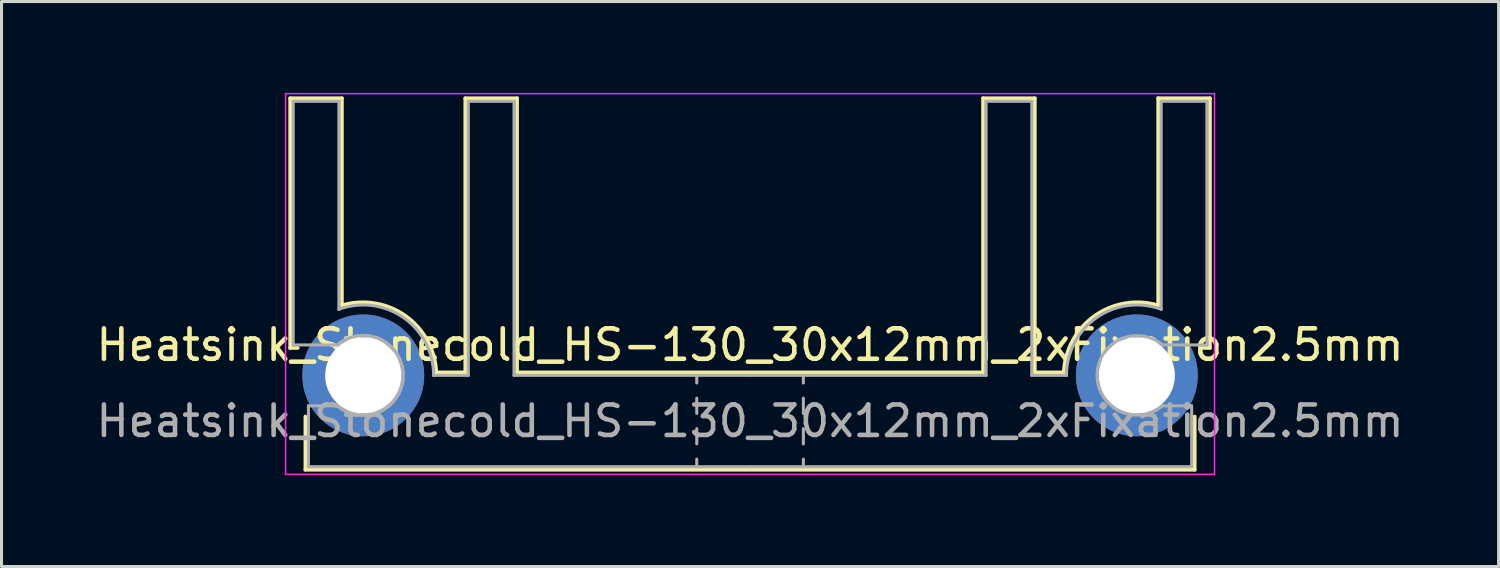
<source format=kicad_pcb>
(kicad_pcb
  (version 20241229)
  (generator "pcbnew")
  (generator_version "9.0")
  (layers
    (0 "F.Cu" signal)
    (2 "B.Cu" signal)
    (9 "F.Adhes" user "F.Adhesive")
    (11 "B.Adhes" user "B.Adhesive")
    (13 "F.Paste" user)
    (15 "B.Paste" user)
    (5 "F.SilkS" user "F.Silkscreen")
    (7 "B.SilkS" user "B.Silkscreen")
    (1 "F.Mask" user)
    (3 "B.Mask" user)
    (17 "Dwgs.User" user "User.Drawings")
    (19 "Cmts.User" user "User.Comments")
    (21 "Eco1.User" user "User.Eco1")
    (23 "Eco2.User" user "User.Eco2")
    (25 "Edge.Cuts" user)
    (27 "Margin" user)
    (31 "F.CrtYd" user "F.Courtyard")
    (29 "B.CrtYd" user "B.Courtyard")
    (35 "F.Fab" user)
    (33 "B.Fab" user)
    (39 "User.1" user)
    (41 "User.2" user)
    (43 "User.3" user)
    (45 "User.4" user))
  (footprint "Heatsink_Stonecold_HS-130_30x12mm_2xFixation2.5mm"
    (layer "F.Cu")
    (at 21.577 9.275)
    (property "Reference" "Heatsink_Stonecold_HS-130_30x12mm_2xFixation2.5mm" (at 0 -1 0) (layer "F.SilkS") (effects (font (size 1 1) (thickness 0.15))))
    (attr through_hole)
    (fp_line (start -15.1 -9.1) (end -13.4 -9.1) (stroke (width 0.12) (type solid)) (layer "F.SilkS"))
    (fp_line (start -15.1 -0.9) (end -15.1 -9.1) (stroke (width 0.12) (type solid)) (layer "F.SilkS"))
    (fp_line (start -15.1 -0.9) (end -14.85 -0.9) (stroke (width 0.12) (type solid)) (layer "F.SilkS"))
    (fp_line (start -14.6 3.1) (end -14.6 1.35) (stroke (width 0.12) (type solid)) (layer "F.SilkS"))
    (fp_line (start -14.6 3.1) (end 14.6 3.1) (stroke (width 0.12) (type solid)) (layer "F.SilkS"))
    (fp_line (start -13.4 -2.3) (end -13.4 -9.1) (stroke (width 0.12) (type solid)) (layer "F.SilkS"))
    (fp_line (start -10.3 -0.1) (end -9.35 -0.1) (stroke (width 0.12) (type solid)) (layer "F.SilkS"))
    (fp_line (start -9.35 -9.1) (end -7.65 -9.1) (stroke (width 0.12) (type solid)) (layer "F.SilkS"))
    (fp_line (start -9.35 -0.1) (end -9.35 -9.1) (stroke (width 0.12) (type solid)) (layer "F.SilkS"))
    (fp_line (start -7.65 -0.1) (end -7.65 -9.1) (stroke (width 0.12) (type solid)) (layer "F.SilkS"))
    (fp_line (start 7.65 -0.1) (end -7.65 -0.1) (stroke (width 0.12) (type solid)) (layer "F.SilkS"))
    (fp_line (start 7.65 -0.1) (end 7.65 -9.1) (stroke (width 0.12) (type solid)) (layer "F.SilkS"))
    (fp_line (start 9.35 -9.1) (end 7.65 -9.1) (stroke (width 0.12) (type solid)) (layer "F.SilkS"))
    (fp_line (start 9.35 -0.1) (end 9.35 -9.1) (stroke (width 0.12) (type solid)) (layer "F.SilkS"))
    (fp_line (start 9.35 -0.1) (end 10.3 -0.1) (stroke (width 0.12) (type solid)) (layer "F.SilkS"))
    (fp_line (start 13.4 -2.3) (end 13.4 -9.1) (stroke (width 0.12) (type solid)) (layer "F.SilkS"))
    (fp_line (start 14.6 3.1) (end 14.6 1.35) (stroke (width 0.12) (type solid)) (layer "F.SilkS"))
    (fp_line (start 15.1 -9.1) (end 13.4 -9.1) (stroke (width 0.12) (type solid)) (layer "F.SilkS"))
    (fp_line (start 15.1 -0.9) (end 14.85 -0.9) (stroke (width 0.12) (type solid)) (layer "F.SilkS"))
    (fp_line (start 15.1 -0.9) (end 15.1 -9.1) (stroke (width 0.12) (type solid)) (layer "F.SilkS"))
    (fp_arc (start -13.4 -2.3) (mid -11.314041 -1.955216) (end -10.3 -0.1) (stroke (width 0.12) (type solid)) (layer "F.SilkS"))
    (fp_arc (start 10.3 -0.1) (mid 11.31404 -1.955216) (end 13.4 -2.3) (stroke (width 0.12) (type solid)) (layer "F.SilkS"))
    (fp_line (start -15.25 -9.25) (end 15.25 -9.25) (stroke (width 0.05) (type solid)) (layer "F.CrtYd"))
    (fp_line (start -15.25 3.25) (end -15.25 -9.25) (stroke (width 0.05) (type solid)) (layer "F.CrtYd"))
    (fp_line (start -15.25 3.25) (end 15.25 3.25) (stroke (width 0.05) (type solid)) (layer "F.CrtYd"))
    (fp_line (start 15.25 3.25) (end 15.25 -9.25) (stroke (width 0.05) (type solid)) (layer "F.CrtYd"))
    (fp_line (start -15 -9) (end -13.5 -9) (stroke (width 0.1) (type solid)) (layer "F.Fab"))
    (fp_line (start -15 -1) (end -15 -9) (stroke (width 0.1) (type solid)) (layer "F.Fab"))
    (fp_line (start -15 -1) (end -13.54 -1) (stroke (width 0.1) (type solid)) (layer "F.Fab"))
    (fp_line (start -14.5 1) (end -13.54 1) (stroke (width 0.1) (type solid)) (layer "F.Fab"))
    (fp_line (start -14.5 3) (end -14.5 1) (stroke (width 0.1) (type solid)) (layer "F.Fab"))
    (fp_line (start -13.5 -2.17) (end -13.5 -9) (stroke (width 0.1) (type solid)) (layer "F.Fab"))
    (fp_line (start -10.39 0) (end -9.25 0) (stroke (width 0.1) (type solid)) (layer "F.Fab"))
    (fp_line (start -9.25 -9) (end -7.75 -9) (stroke (width 0.1) (type solid)) (layer "F.Fab"))
    (fp_line (start -9.25 0) (end -9.25 -9) (stroke (width 0.1) (type solid)) (layer "F.Fab"))
    (fp_line (start -7.75 0) (end -7.75 -9) (stroke (width 0.1) (type solid)) (layer "F.Fab"))
    (fp_line (start -1.75 0) (end -1.75 0.25) (stroke (width 0.1) (type solid)) (layer "F.Fab"))
    (fp_line (start -1.75 0.75) (end -1.75 1.25) (stroke (width 0.1) (type solid)) (layer "F.Fab"))
    (fp_line (start -1.75 1.75) (end -1.75 2.25) (stroke (width 0.1) (type solid)) (layer "F.Fab"))
    (fp_line (start -1.75 2.75) (end -1.75 3) (stroke (width 0.1) (type solid)) (layer "F.Fab"))
    (fp_line (start 0 0) (end -7.75 0) (stroke (width 0.1) (type solid)) (layer "F.Fab"))
    (fp_line (start 0 0) (end 7.75 0) (stroke (width 0.1) (type solid)) (layer "F.Fab"))
    (fp_line (start 0 3) (end -14.5 3) (stroke (width 0.1) (type solid)) (layer "F.Fab"))
    (fp_line (start 0 3) (end 14.5 3) (stroke (width 0.1) (type solid)) (layer "F.Fab"))
    (fp_line (start 1.75 0) (end 1.75 0.25) (stroke (width 0.1) (type solid)) (layer "F.Fab"))
    (fp_line (start 1.75 0.75) (end 1.75 1.25) (stroke (width 0.1) (type solid)) (layer "F.Fab"))
    (fp_line (start 1.75 1.75) (end 1.75 2.25) (stroke (width 0.1) (type solid)) (layer "F.Fab"))
    (fp_line (start 1.75 2.75) (end 1.75 3) (stroke (width 0.1) (type solid)) (layer "F.Fab"))
    (fp_line (start 7.75 0) (end 7.75 -9) (stroke (width 0.1) (type solid)) (layer "F.Fab"))
    (fp_line (start 9.25 -9) (end 7.75 -9) (stroke (width 0.1) (type solid)) (layer "F.Fab"))
    (fp_line (start 9.25 0) (end 9.25 -9) (stroke (width 0.1) (type solid)) (layer "F.Fab"))
    (fp_line (start 9.25 0) (end 10.39 0) (stroke (width 0.1) (type solid)) (layer "F.Fab"))
    (fp_line (start 13.5 -2.17) (end 13.5 -9) (stroke (width 0.1) (type solid)) (layer "F.Fab"))
    (fp_line (start 14.5 1) (end 13.54 1) (stroke (width 0.1) (type solid)) (layer "F.Fab"))
    (fp_line (start 14.5 3) (end 14.5 1) (stroke (width 0.1) (type solid)) (layer "F.Fab"))
    (fp_line (start 15 -9) (end 13.5 -9) (stroke (width 0.1) (type solid)) (layer "F.Fab"))
    (fp_line (start 15 -1) (end 13.54 -1) (stroke (width 0.1) (type solid)) (layer "F.Fab"))
    (fp_line (start 15 -1) (end 15 -9) (stroke (width 0.1) (type solid)) (layer "F.Fab"))
    (fp_arc (start -13.54 -1.01) (mid -11.386341 0.000006) (end -13.54001 1.009992) (stroke (width 0.1) (type solid)) (layer "F.Fab"))
    (fp_arc (start -13.530177 -1.00817) (mid -11.394029 0.006388) (end -13.54 1) (stroke (width 0.1) (type solid)) (layer "F.Fab"))
    (fp_arc (start -13.5 -2.17) (mid -11.378593 -1.896763) (end -10.39 0) (stroke (width 0.1) (type solid)) (layer "F.Fab"))
    (fp_arc (start 10.39 0) (mid 11.378593 -1.896763) (end 13.5 -2.17) (stroke (width 0.1) (type solid)) (layer "F.Fab"))
    (fp_arc (start 13.54 1) (mid 11.394029 0.006388) (end 13.530177 -1.00817) (stroke (width 0.1) (type solid)) (layer "F.Fab"))
    (fp_text user "${REFERENCE}" (at 0 1.5 0) (layer "F.Fab") (effects (font (size 1 1) (thickness 0.15))))
    (pad "1" thru_hole circle (at -12.7 0 180) (size 4 4) (drill 2.5) (layers "*.Cu" "*.Mask"))
    (pad "1" thru_hole circle (at 12.7 0) (size 4 4) (drill 2.5) (layers "*.Cu" "*.Mask")))
  (gr_rect
    (start -3 -3)
    (end 46.155 15.55)
    (stroke (width 0.1) (type default))
    (fill no)
    (layer "Edge.Cuts")))
</source>
